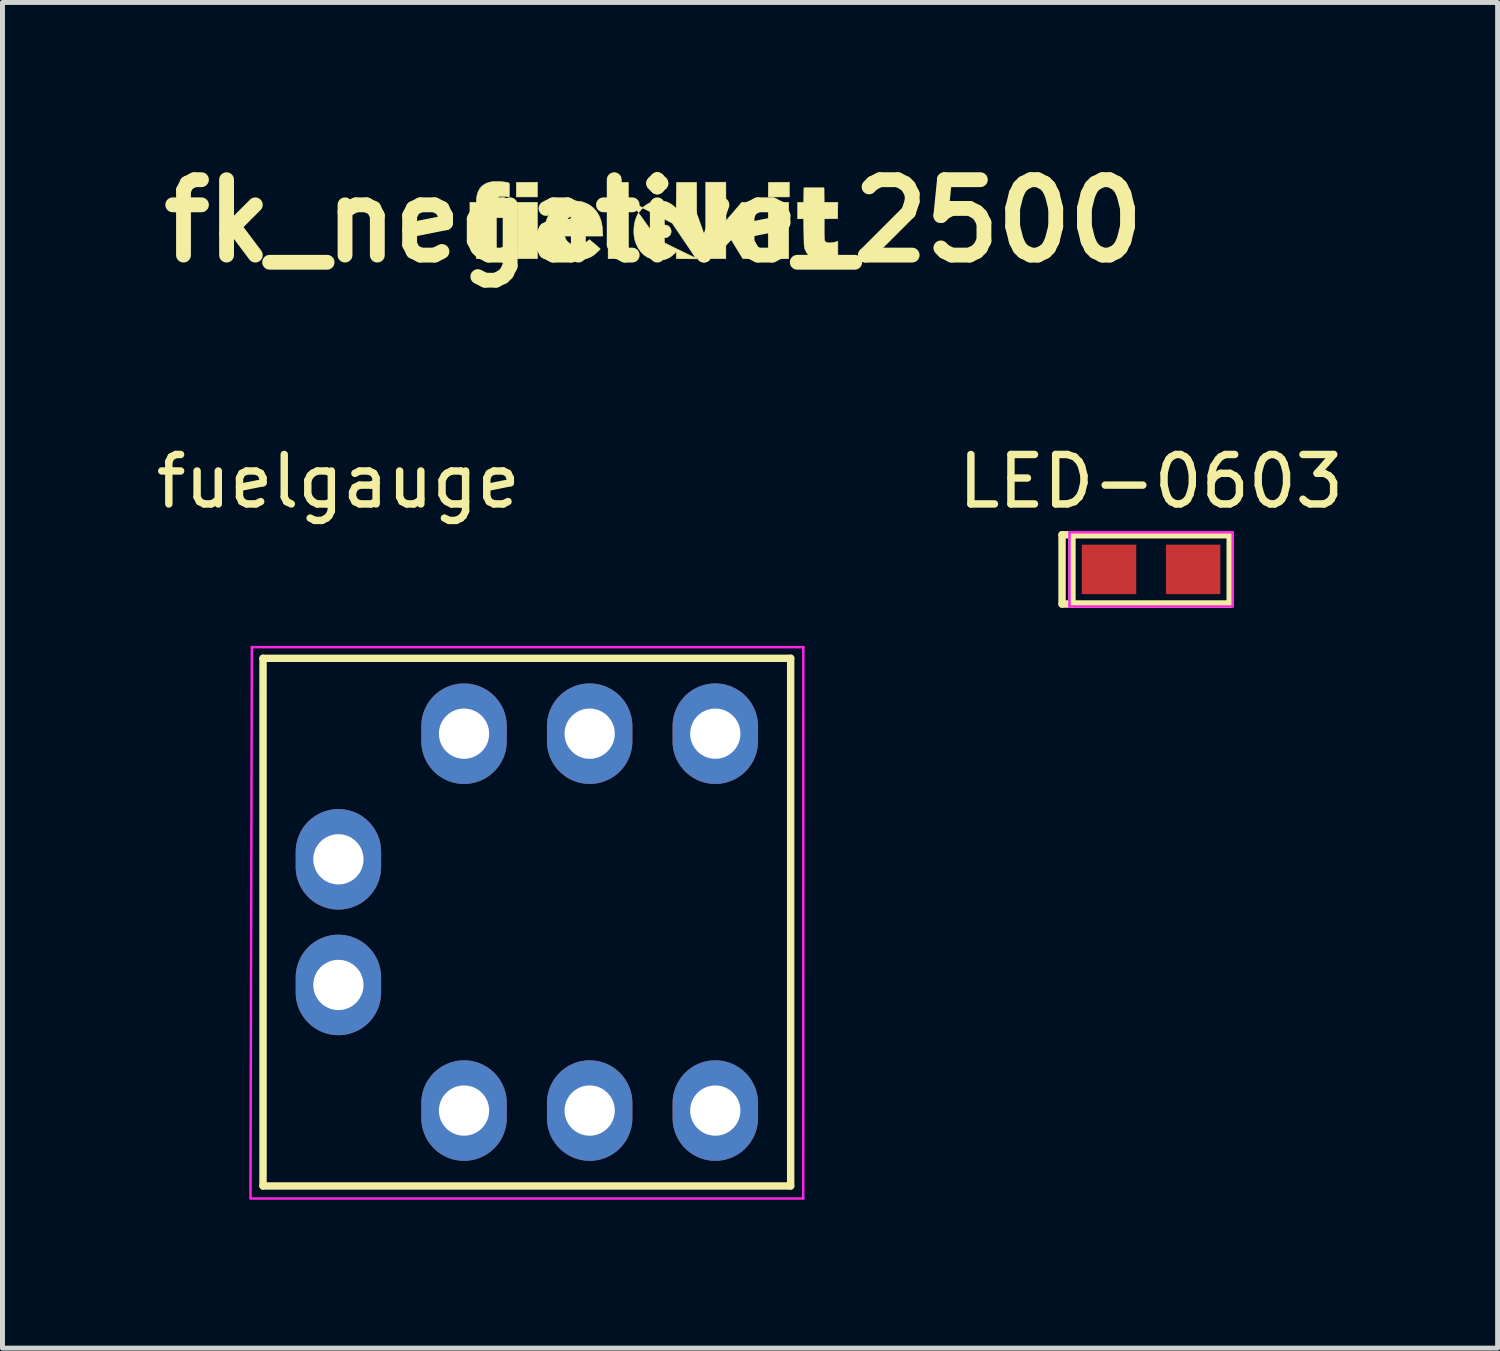
<source format=kicad_pcb>
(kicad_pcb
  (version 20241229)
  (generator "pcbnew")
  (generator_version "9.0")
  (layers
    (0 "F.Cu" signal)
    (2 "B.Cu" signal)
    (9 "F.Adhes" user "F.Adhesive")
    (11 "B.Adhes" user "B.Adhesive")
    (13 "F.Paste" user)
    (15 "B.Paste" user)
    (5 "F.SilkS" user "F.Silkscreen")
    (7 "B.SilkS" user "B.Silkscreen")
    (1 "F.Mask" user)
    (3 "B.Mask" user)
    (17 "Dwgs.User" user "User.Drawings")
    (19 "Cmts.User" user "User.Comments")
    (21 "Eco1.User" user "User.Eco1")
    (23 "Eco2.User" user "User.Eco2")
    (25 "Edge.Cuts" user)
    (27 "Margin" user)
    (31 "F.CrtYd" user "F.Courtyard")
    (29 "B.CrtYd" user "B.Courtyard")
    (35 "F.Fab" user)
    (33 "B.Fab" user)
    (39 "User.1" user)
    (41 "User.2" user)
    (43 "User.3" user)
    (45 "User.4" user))
  (footprint "fk_negative_2500"
    (layer "F.Cu")
    (at 10.167 1.418)
    (property "Reference" "fk_negative_2500" (at 0 0 0) (layer "F.SilkS") (effects (font (size 1.524 1.524) (thickness 0.3))))
    (attr through_hole)
    (fp_poly (pts (xy -2.351 0.762) (xy -2.758 0.762) (xy -2.758 -0.377) (xy -2.351 -0.377) (xy -2.351 0.762)) (stroke (width 0.01) (type solid)) (fill yes) (layer "F.SilkS"))
    (fp_poly (pts (xy 2.729 0.762) (xy 2.315 0.762) (xy 2.315 -0.377) (xy 2.729 -0.377) (xy 2.729 0.762)) (stroke (width 0.01) (type solid)) (fill yes) (layer "F.SilkS"))
    (fp_poly (pts (xy -2.351 -0.486) (xy -2.78 -0.486) (xy -2.778 -0.633) (xy -2.776 -0.78) (xy -2.564 -0.782) (xy -2.351 -0.784) (xy -2.351 -0.486)) (stroke (width 0.01) (type solid)) (fill yes) (layer "F.SilkS"))
    (fp_poly (pts (xy -0.51 -0.009) (xy -0.508 0.762) (xy -0.922 0.762) (xy -0.92 -0.009) (xy -0.918 -0.78) (xy -0.512 -0.78) (xy -0.51 -0.009)) (stroke (width 0.01) (type solid)) (fill yes) (layer "F.SilkS"))
    (fp_poly (pts (xy 2.743 -0.486) (xy 2.315 -0.486) (xy 2.317 -0.633) (xy 2.319 -0.78) (xy 2.531 -0.782) (xy 2.743 -0.784) (xy 2.743 -0.486)) (stroke (width 0.01) (type solid)) (fill yes) (layer "F.SilkS"))
    (fp_poly (pts (xy 0.265 0.086) (xy 0.301 0.104) (xy 0.321 0.123) (xy 0.343 0.159) (xy 0.353 0.198) (xy 0.351 0.237) (xy 0.337 0.274) (xy 0.312 0.305) (xy 0.281 0.326) (xy 0.242 0.339) (xy 0.204 0.338) (xy 0.168 0.326) (xy 0.134 0.301) (xy 0.111 0.269) (xy 0.098 0.232) (xy 0.097 0.193) (xy 0.109 0.154) (xy 0.128 0.123) (xy 0.159 0.096) (xy 0.194 0.082) (xy 0.221 0.08) (xy 0.265 0.086)) (stroke (width 0.01) (type solid)) (fill yes) (layer "F.SilkS"))
    (fp_poly (pts (xy 1.46 -0.395) (xy 1.462 -0.006) (xy 1.781 -0.377) (xy 2.008 -0.377) (xy 2.064 -0.377) (xy 2.115 -0.377) (xy 2.159 -0.376) (xy 2.194 -0.376) (xy 2.22 -0.375) (xy 2.233 -0.374) (xy 2.235 -0.373) (xy 2.231 -0.368) (xy 2.218 -0.352) (xy 2.198 -0.329) (xy 2.172 -0.298) (xy 2.141 -0.263) (xy 2.107 -0.224) (xy 2.071 -0.182) (xy 2.034 -0.14) (xy 1.998 -0.098) (xy 1.963 -0.057) (xy 1.93 -0.021) (xy 1.902 0.012) (xy 1.879 0.038) (xy 1.862 0.056) (xy 1.859 0.06) (xy 1.841 0.079) (xy 2.036 0.404) (xy 2.073 0.467) (xy 2.109 0.527) (xy 2.142 0.582) (xy 2.172 0.631) (xy 2.197 0.673) (xy 2.217 0.706) (xy 2.232 0.731) (xy 2.24 0.744) (xy 2.241 0.746) (xy 2.251 0.762) (xy 1.802 0.762) (xy 1.684 0.57) (xy 1.567 0.378) (xy 1.513 0.437) (xy 1.459 0.497) (xy 1.459 0.63) (xy 1.459 0.762) (xy 1.052 0.762) (xy 1.052 -0.784) (xy 1.459 -0.784) (xy 1.46 -0.395)) (stroke (width 0.01) (type solid)) (fill yes) (layer "F.SilkS"))
    (fp_poly (pts (xy -3.117 -0.796) (xy -3.066 -0.793) (xy -3.017 -0.788) (xy -2.976 -0.782) (xy -2.944 -0.774) (xy -2.93 -0.768) (xy -2.926 -0.765) (xy -2.922 -0.758) (xy -2.92 -0.746) (xy -2.919 -0.727) (xy -2.918 -0.699) (xy -2.917 -0.659) (xy -2.917 -0.625) (xy -2.918 -0.582) (xy -2.918 -0.544) (xy -2.919 -0.514) (xy -2.92 -0.493) (xy -2.921 -0.485) (xy -2.921 -0.485) (xy -2.93 -0.484) (xy -2.948 -0.487) (xy -2.963 -0.491) (xy -2.998 -0.497) (xy -3.037 -0.5) (xy -3.076 -0.5) (xy -3.11 -0.496) (xy -3.132 -0.489) (xy -3.154 -0.471) (xy -3.17 -0.443) (xy -3.178 -0.407) (xy -3.179 -0.392) (xy -3.179 -0.363) (xy -3.05 -0.361) (xy -2.921 -0.359) (xy -2.919 -0.212) (xy -2.917 -0.065) (xy -3.179 -0.065) (xy -3.179 0.762) (xy -3.585 0.762) (xy -3.585 -0.065) (xy -3.716 -0.065) (xy -3.716 -0.377) (xy -3.587 -0.377) (xy -3.583 -0.445) (xy -3.572 -0.523) (xy -3.55 -0.592) (xy -3.518 -0.652) (xy -3.475 -0.702) (xy -3.421 -0.743) (xy -3.357 -0.772) (xy -3.301 -0.788) (xy -3.264 -0.794) (xy -3.22 -0.797) (xy -3.17 -0.797) (xy -3.117 -0.796)) (stroke (width 0.01) (type solid)) (fill yes) (layer "F.SilkS"))
    (fp_poly (pts (xy 3.445 -0.524) (xy 3.447 -0.377) (xy 3.723 -0.377) (xy 3.721 -0.212) (xy 3.719 -0.047) (xy 3.583 -0.045) (xy 3.447 -0.043) (xy 3.447 0.167) (xy 3.447 0.233) (xy 3.448 0.286) (xy 3.449 0.328) (xy 3.451 0.359) (xy 3.454 0.383) (xy 3.459 0.4) (xy 3.465 0.412) (xy 3.473 0.421) (xy 3.484 0.428) (xy 3.49 0.432) (xy 3.514 0.439) (xy 3.548 0.442) (xy 3.586 0.441) (xy 3.624 0.437) (xy 3.65 0.431) (xy 3.676 0.424) (xy 3.697 0.418) (xy 3.707 0.416) (xy 3.723 0.412) (xy 3.723 0.727) (xy 3.684 0.744) (xy 3.645 0.76) (xy 3.608 0.771) (xy 3.569 0.779) (xy 3.525 0.784) (xy 3.471 0.787) (xy 3.451 0.788) (xy 3.393 0.789) (xy 3.347 0.787) (xy 3.312 0.783) (xy 3.297 0.781) (xy 3.229 0.759) (xy 3.172 0.727) (xy 3.124 0.685) (xy 3.086 0.632) (xy 3.057 0.568) (xy 3.05 0.546) (xy 3.047 0.533) (xy 3.044 0.516) (xy 3.042 0.495) (xy 3.04 0.468) (xy 3.039 0.433) (xy 3.038 0.389) (xy 3.037 0.334) (xy 3.036 0.266) (xy 3.035 0.23) (xy 3.032 -0.044) (xy 2.91 -0.044) (xy 2.91 -0.377) (xy 3.033 -0.377) (xy 3.035 -0.524) (xy 3.037 -0.671) (xy 3.444 -0.671) (xy 3.445 -0.524)) (stroke (width 0.01) (type solid)) (fill yes) (layer "F.SilkS"))
    (fp_poly (pts (xy -1.568 -0.403) (xy -1.514 -0.399) (xy -1.466 -0.392) (xy -1.441 -0.386) (xy -1.357 -0.355) (xy -1.281 -0.312) (xy -1.214 -0.258) (xy -1.158 -0.194) (xy -1.112 -0.121) (xy -1.084 -0.058) (xy -1.064 0.001) (xy -1.05 0.061) (xy -1.04 0.125) (xy -1.034 0.198) (xy -1.033 0.21) (xy -1.028 0.305) (xy -1.801 0.305) (xy -1.796 0.325) (xy -1.78 0.366) (xy -1.752 0.407) (xy -1.716 0.441) (xy -1.676 0.467) (xy -1.673 0.469) (xy -1.616 0.487) (xy -1.555 0.493) (xy -1.493 0.485) (xy -1.431 0.465) (xy -1.372 0.433) (xy -1.339 0.409) (xy -1.299 0.377) (xy -1.19 0.468) (xy -1.157 0.496) (xy -1.127 0.522) (xy -1.104 0.543) (xy -1.088 0.557) (xy -1.081 0.564) (xy -1.081 0.565) (xy -1.086 0.573) (xy -1.1 0.588) (xy -1.12 0.608) (xy -1.144 0.631) (xy -1.169 0.653) (xy -1.193 0.674) (xy -1.213 0.69) (xy -1.221 0.696) (xy -1.284 0.732) (xy -1.357 0.761) (xy -1.409 0.777) (xy -1.452 0.785) (xy -1.505 0.792) (xy -1.562 0.795) (xy -1.618 0.796) (xy -1.668 0.794) (xy -1.694 0.791) (xy -1.787 0.769) (xy -1.874 0.736) (xy -1.953 0.692) (xy -2.023 0.637) (xy -2.084 0.572) (xy -2.112 0.532) (xy -2.153 0.457) (xy -2.182 0.377) (xy -2.199 0.293) (xy -2.205 0.207) (xy -2.2 0.12) (xy -2.197 0.102) (xy -1.809 0.102) (xy -1.415 0.102) (xy -1.415 0.084) (xy -1.419 0.058) (xy -1.431 0.026) (xy -1.446 -0.007) (xy -1.465 -0.036) (xy -1.47 -0.042) (xy -1.503 -0.073) (xy -1.542 -0.092) (xy -1.588 -0.101) (xy -1.608 -0.101) (xy -1.657 -0.097) (xy -1.697 -0.083) (xy -1.732 -0.058) (xy -1.74 -0.05) (xy -1.759 -0.024) (xy -1.778 0.01) (xy -1.794 0.046) (xy -1.804 0.078) (xy -1.804 0.078) (xy -1.809 0.102) (xy -2.197 0.102) (xy -2.184 0.035) (xy -2.158 -0.046) (xy -2.121 -0.123) (xy -2.074 -0.193) (xy -2.017 -0.255) (xy -1.979 -0.287) (xy -1.931 -0.319) (xy -1.875 -0.349) (xy -1.817 -0.374) (xy -1.771 -0.39) (xy -1.731 -0.398) (xy -1.681 -0.402) (xy -1.625 -0.404) (xy -1.568 -0.403)) (stroke (width 0.01) (type solid)) (fill yes) (layer "F.SilkS"))
    (fp_poly (pts (xy 0.869 -0.007) (xy 0.871 0.766) (xy 0.664 0.764) (xy 0.457 0.762) (xy 0.457 0.622) (xy 0.406 0.67) (xy 0.379 0.695) (xy 0.35 0.718) (xy 0.325 0.736) (xy 0.318 0.74) (xy 0.253 0.77) (xy 0.182 0.788) (xy 0.109 0.795) (xy 0.037 0.79) (xy 0.025 0.788) (xy -0.057 0.765) (xy -0.133 0.73) (xy -0.2 0.683) (xy -0.259 0.625) (xy -0.309 0.556) (xy -0.349 0.477) (xy -0.38 0.389) (xy -0.389 0.351) (xy -0.398 0.293) (xy -0.402 0.227) (xy -0.401 0.157) (xy -0.395 0.09) (xy -0.385 0.031) (xy -0.382 0.021) (xy -0.373 -0.012) (xy -0.361 -0.047) (xy -0.348 -0.081) (xy -0.335 -0.112) (xy -0.323 -0.137) (xy -0.313 -0.154) (xy -0.307 -0.16) (xy -0.302 -0.154) (xy -0.29 -0.138) (xy -0.271 -0.113) (xy -0.247 -0.08) (xy -0.22 -0.042) (xy -0.189 0.001) (xy -0.156 0.048) (xy -0.122 0.095) (xy -0.089 0.143) (xy -0.056 0.189) (xy -0.026 0.232) (xy 0.001 0.271) (xy 0.024 0.304) (xy 0.039 0.327) (xy 0.066 0.368) (xy 0.455 0.559) (xy 0.524 0.593) (xy 0.59 0.625) (xy 0.651 0.654) (xy 0.706 0.681) (xy 0.753 0.703) (xy 0.792 0.722) (xy 0.821 0.735) (xy 0.839 0.744) (xy 0.845 0.746) (xy 0.842 0.74) (xy 0.831 0.723) (xy 0.813 0.696) (xy 0.79 0.66) (xy 0.761 0.616) (xy 0.727 0.566) (xy 0.689 0.51) (xy 0.648 0.449) (xy 0.611 0.394) (xy 0.374 0.044) (xy 0.079 -0.109) (xy 0.018 -0.14) (xy -0.038 -0.169) (xy -0.089 -0.195) (xy -0.134 -0.218) (xy -0.171 -0.237) (xy -0.199 -0.251) (xy -0.216 -0.259) (xy -0.221 -0.261) (xy -0.23 -0.255) (xy -0.246 -0.238) (xy -0.268 -0.21) (xy -0.276 -0.198) (xy -0.29 -0.181) (xy -0.301 -0.171) (xy -0.305 -0.171) (xy -0.311 -0.178) (xy -0.324 -0.194) (xy -0.342 -0.219) (xy -0.363 -0.248) (xy -0.371 -0.26) (xy -0.394 -0.293) (xy -0.416 -0.323) (xy -0.434 -0.349) (xy -0.447 -0.367) (xy -0.449 -0.369) (xy -0.455 -0.378) (xy -0.457 -0.383) (xy -0.454 -0.384) (xy -0.444 -0.381) (xy -0.426 -0.372) (xy -0.399 -0.359) (xy -0.36 -0.34) (xy -0.345 -0.332) (xy -0.221 -0.269) (xy -0.2 -0.29) (xy -0.163 -0.319) (xy -0.117 -0.347) (xy -0.066 -0.372) (xy -0.044 -0.382) (xy -0.02 -0.39) (xy -0.001 -0.396) (xy 0.02 -0.399) (xy 0.044 -0.401) (xy 0.077 -0.402) (xy 0.112 -0.402) (xy 0.156 -0.402) (xy 0.188 -0.401) (xy 0.213 -0.398) (xy 0.234 -0.394) (xy 0.255 -0.388) (xy 0.261 -0.386) (xy 0.313 -0.363) (xy 0.365 -0.332) (xy 0.41 -0.297) (xy 0.425 -0.283) (xy 0.454 -0.253) (xy 0.457 -0.517) (xy 0.461 -0.78) (xy 0.867 -0.78) (xy 0.869 -0.007)) (stroke (width 0.01) (type solid)) (fill yes) (layer "F.SilkS")))
  (footprint "LED-0603"
    (layer "F.Cu")
    (at 20.223 8.462)
    (property "Reference" "LED-0603" (at 0 -1.778 0) (layer "F.SilkS") (effects (font (size 1 1) (thickness 0.15))))
    (attr smd)
    (fp_line (start -1.8 -0.7) (end -1.8 0.7) (stroke (width 0.15) (type solid)) (layer "F.SilkS"))
    (fp_line (start -1.8 0.7) (end -1.6 0.7) (stroke (width 0.15) (type solid)) (layer "F.SilkS"))
    (fp_line (start -1.6 -0.7) (end -1.8 -0.7) (stroke (width 0.15) (type solid)) (layer "F.SilkS"))
    (fp_line (start -1.6 -0.7) (end 1.6 -0.7) (stroke (width 0.15) (type solid)) (layer "F.SilkS"))
    (fp_line (start -1.6 0.7) (end -1.6 -0.7) (stroke (width 0.15) (type solid)) (layer "F.SilkS"))
    (fp_line (start 1.6 -0.7) (end 1.6 0.7) (stroke (width 0.15) (type solid)) (layer "F.SilkS"))
    (fp_line (start 1.6 0.7) (end -1.6 0.7) (stroke (width 0.15) (type solid)) (layer "F.SilkS"))
    (fp_line (start -1.65 -0.75) (end -1.65 0.75) (stroke (width 0.05) (type solid)) (layer "F.CrtYd"))
    (fp_line (start -1.65 0.75) (end 1.65 0.75) (stroke (width 0.05) (type solid)) (layer "F.CrtYd"))
    (fp_line (start 1.65 -0.75) (end -1.65 -0.75) (stroke (width 0.05) (type solid)) (layer "F.CrtYd"))
    (fp_line (start 1.65 0.75) (end 1.65 -0.75) (stroke (width 0.05) (type solid)) (layer "F.CrtYd"))
    (pad "1" smd rect (at -0.85 0 180) (size 1.1 1) (layers "F.Cu" "F.Mask" "F.Paste"))
    (pad "2" smd rect (at 0.85 0 180) (size 1.1 1) (layers "F.Cu" "F.Mask" "F.Paste")))
  (footprint "fuelgauge"
    (layer "F.Cu")
    (at 3.792 11.784)
    (property "Reference" "fuelgauge" (at 0 -5.1 0) (layer "F.SilkS") (effects (font (size 1 1) (thickness 0.15))))
    (attr through_hole)
    (fp_line (start -1.524 -1.524) (end 9.144 -1.524) (stroke (width 0.15) (type solid)) (layer "F.SilkS"))
    (fp_line (start -1.524 9.144) (end -1.524 -1.524) (stroke (width 0.15) (type solid)) (layer "F.SilkS"))
    (fp_line (start 9.144 -1.524) (end 9.144 9.144) (stroke (width 0.15) (type solid)) (layer "F.SilkS"))
    (fp_line (start 9.144 9.144) (end -1.524 9.144) (stroke (width 0.15) (type solid)) (layer "F.SilkS"))
    (fp_line (start -1.752 9.398) (end 9.398 9.398) (stroke (width 0.05) (type solid)) (layer "F.CrtYd"))
    (fp_line (start -1.75 -1.75) (end -1.778 9.398) (stroke (width 0.05) (type solid)) (layer "F.CrtYd"))
    (fp_line (start -1.75 -1.75) (end 9.4 -1.75) (stroke (width 0.05) (type solid)) (layer "F.CrtYd"))
    (fp_line (start 9.4 -1.75) (end 9.398 9.398) (stroke (width 0.05) (type solid)) (layer "F.CrtYd"))
    (pad "1" thru_hole oval (at 0 2.54) (size 1.727 2.032) (drill 1.016) (layers "*.Cu" "*.Mask"))
    (pad "2" thru_hole oval (at 0 5.08) (size 1.727 2.032) (drill 1.016) (layers "*.Cu" "*.Mask"))
    (pad "3" thru_hole oval (at 2.54 7.62) (size 1.727 2.032) (drill 1.016) (layers "*.Cu" "*.Mask"))
    (pad "4" thru_hole oval (at 5.08 7.62) (size 1.727 2.032) (drill 1.016) (layers "*.Cu" "*.Mask"))
    (pad "5" thru_hole oval (at 7.62 7.62) (size 1.727 2.032) (drill 1.016) (layers "*.Cu" "*.Mask"))
    (pad "6" thru_hole oval (at 7.62 0) (size 1.727 2.032) (drill 1.016) (layers "*.Cu" "*.Mask"))
    (pad "7" thru_hole oval (at 5.08 0) (size 1.727 2.032) (drill 1.016) (layers "*.Cu" "*.Mask"))
    (pad "8" thru_hole oval (at 2.54 0) (size 1.727 2.032) (drill 1.016) (layers "*.Cu" "*.Mask")))
  (gr_rect
    (start -3 -3)
    (end 27.229 24.207)
    (stroke (width 0.1) (type default))
    (fill no)
    (layer "Edge.Cuts")))
</source>
